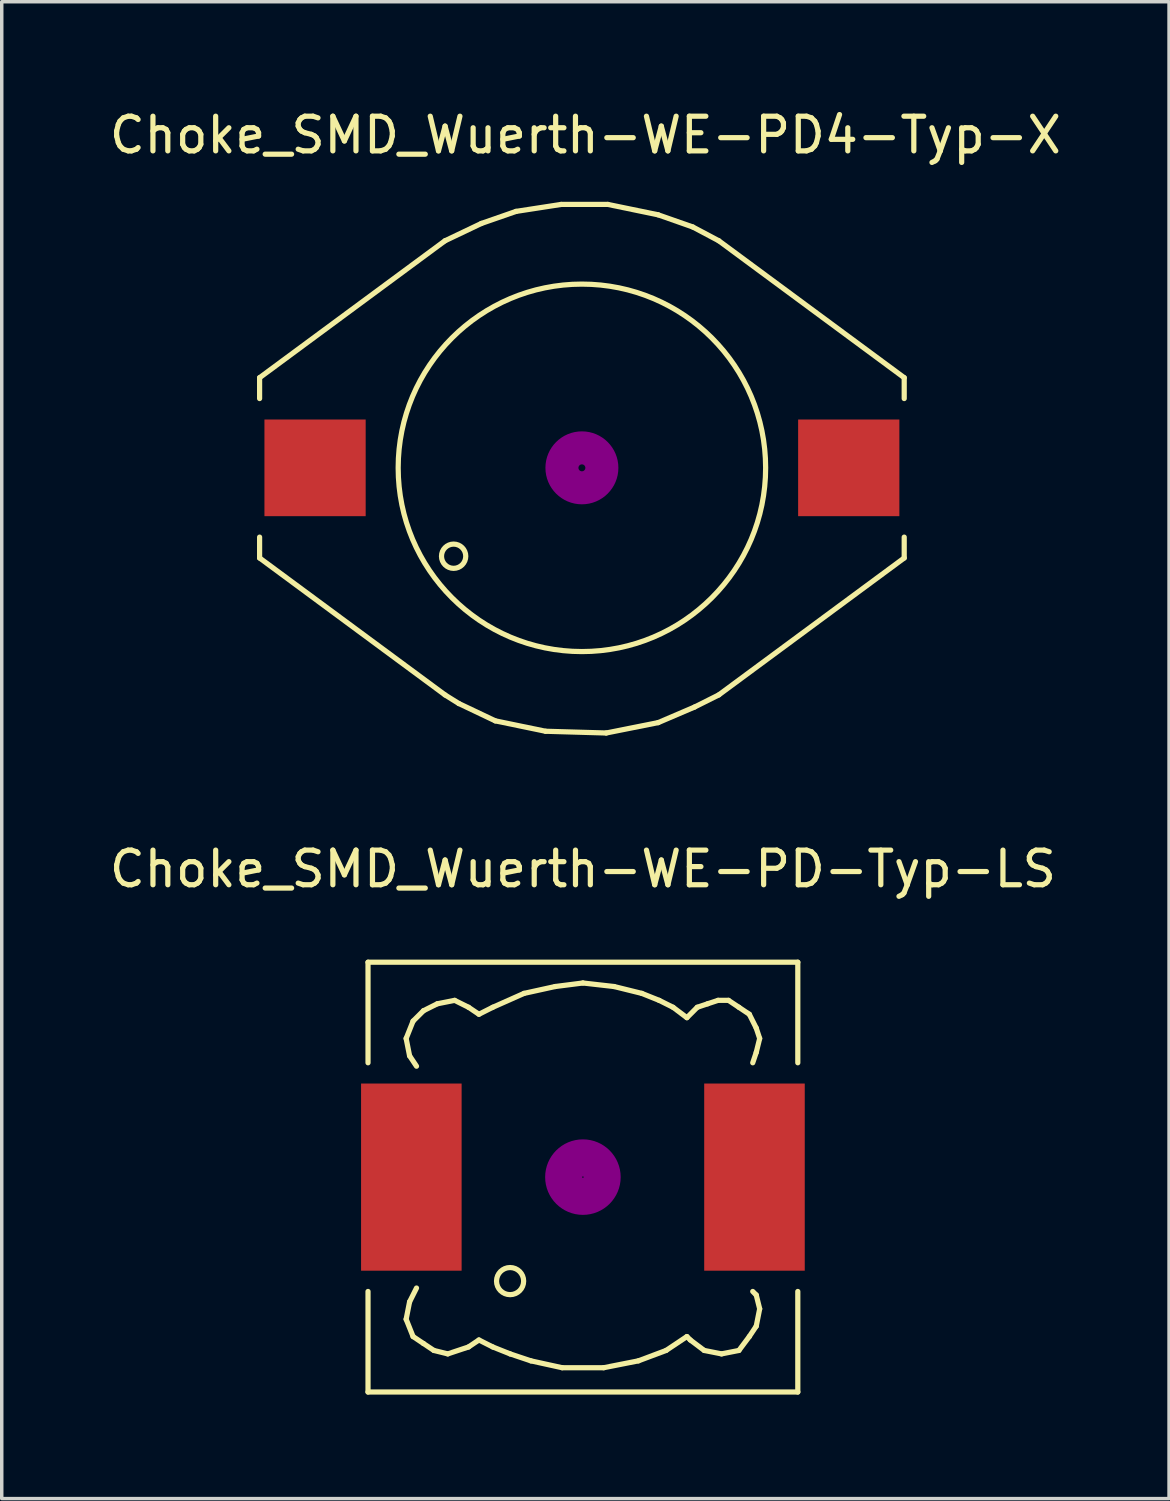
<source format=kicad_pcb>
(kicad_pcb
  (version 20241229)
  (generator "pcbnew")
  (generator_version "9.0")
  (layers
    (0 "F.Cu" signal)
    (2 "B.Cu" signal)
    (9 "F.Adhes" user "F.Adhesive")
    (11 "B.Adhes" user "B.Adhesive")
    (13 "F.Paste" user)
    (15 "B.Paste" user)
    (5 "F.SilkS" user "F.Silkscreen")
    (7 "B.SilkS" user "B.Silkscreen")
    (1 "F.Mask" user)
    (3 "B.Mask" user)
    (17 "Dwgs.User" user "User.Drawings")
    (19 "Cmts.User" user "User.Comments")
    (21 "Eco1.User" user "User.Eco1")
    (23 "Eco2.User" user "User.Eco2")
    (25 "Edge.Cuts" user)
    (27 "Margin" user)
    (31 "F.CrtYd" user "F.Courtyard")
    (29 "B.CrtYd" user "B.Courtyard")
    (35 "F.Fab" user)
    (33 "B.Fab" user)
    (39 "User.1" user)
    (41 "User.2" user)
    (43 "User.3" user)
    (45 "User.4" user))
  (footprint "Choke_SMD_Wuerth-WE-PD-Typ-LS"
    (layer "F.Cu")
    (at 13.768 30.912)
    (property "Reference" "Choke_SMD_Wuerth-WE-PD-Typ-LS" (at 0 -8.89 0) (layer "F.SilkS") (effects (font (size 1 1) (thickness 0.15))))
    (attr smd)
    (fp_line (start -6.2 -6.2) (end -6.2 -3.299) (stroke (width 0.15) (type solid)) (layer "F.SilkS"))
    (fp_line (start -6.2 3.299) (end -6.2 6.2) (stroke (width 0.15) (type solid)) (layer "F.SilkS"))
    (fp_line (start -6.2 6.2) (end 6.2 6.2) (stroke (width 0.15) (type solid)) (layer "F.SilkS"))
    (fp_line (start -5.1 -4) (end -5.001 -3.5) (stroke (width 0.15) (type solid)) (layer "F.SilkS"))
    (fp_line (start -5.1 4.1) (end -5.001 3.599) (stroke (width 0.15) (type solid)) (layer "F.SilkS"))
    (fp_line (start -5.001 -3.5) (end -4.801 -3.2) (stroke (width 0.15) (type solid)) (layer "F.SilkS"))
    (fp_line (start -5.001 3.599) (end -4.801 3.2) (stroke (width 0.15) (type solid)) (layer "F.SilkS"))
    (fp_line (start -4.9 -4.501) (end -5.1 -4) (stroke (width 0.15) (type solid)) (layer "F.SilkS"))
    (fp_line (start -4.9 4.6) (end -5.1 4.1) (stroke (width 0.15) (type solid)) (layer "F.SilkS"))
    (fp_line (start -4.6 -4.801) (end -4.9 -4.501) (stroke (width 0.15) (type solid)) (layer "F.SilkS"))
    (fp_line (start -4.6 4.801) (end -4.9 4.6) (stroke (width 0.15) (type solid)) (layer "F.SilkS"))
    (fp_line (start -4.3 5.001) (end -4.6 4.801) (stroke (width 0.15) (type solid)) (layer "F.SilkS"))
    (fp_line (start -4.201 -5.001) (end -4.6 -4.801) (stroke (width 0.15) (type solid)) (layer "F.SilkS"))
    (fp_line (start -3.899 5.1) (end -4.3 5.001) (stroke (width 0.15) (type solid)) (layer "F.SilkS"))
    (fp_line (start -3.701 -5.1) (end -4.201 -5.001) (stroke (width 0.15) (type solid)) (layer "F.SilkS"))
    (fp_line (start -3.299 -4.9) (end -3.701 -5.1) (stroke (width 0.15) (type solid)) (layer "F.SilkS"))
    (fp_line (start -3.299 4.9) (end -3.899 5.1) (stroke (width 0.15) (type solid)) (layer "F.SilkS"))
    (fp_line (start -3 -4.699) (end -3.299 -4.9) (stroke (width 0.15) (type solid)) (layer "F.SilkS"))
    (fp_line (start -3 4.699) (end -3.299 4.9) (stroke (width 0.15) (type solid)) (layer "F.SilkS"))
    (fp_line (start -2.601 -4.9) (end -3 -4.699) (stroke (width 0.15) (type solid)) (layer "F.SilkS"))
    (fp_line (start -2.601 4.9) (end -3 4.699) (stroke (width 0.15) (type solid)) (layer "F.SilkS"))
    (fp_line (start -2.101 5.1) (end -2.601 4.9) (stroke (width 0.15) (type solid)) (layer "F.SilkS"))
    (fp_line (start -1.699 -5.301) (end -2.601 -4.9) (stroke (width 0.15) (type solid)) (layer "F.SilkS"))
    (fp_line (start -1.501 5.301) (end -2.101 5.1) (stroke (width 0.15) (type solid)) (layer "F.SilkS"))
    (fp_line (start -0.8 -5.499) (end -1.699 -5.301) (stroke (width 0.15) (type solid)) (layer "F.SilkS"))
    (fp_line (start -0.599 5.499) (end -1.501 5.301) (stroke (width 0.15) (type solid)) (layer "F.SilkS"))
    (fp_line (start 0 -5.601) (end -0.8 -5.499) (stroke (width 0.15) (type solid)) (layer "F.SilkS"))
    (fp_line (start 0.599 5.499) (end -0.599 5.499) (stroke (width 0.15) (type solid)) (layer "F.SilkS"))
    (fp_line (start 0.899 -5.499) (end 0 -5.601) (stroke (width 0.15) (type solid)) (layer "F.SilkS"))
    (fp_line (start 1.6 5.301) (end 0.599 5.499) (stroke (width 0.15) (type solid)) (layer "F.SilkS"))
    (fp_line (start 1.699 -5.301) (end 0.899 -5.499) (stroke (width 0.15) (type solid)) (layer "F.SilkS"))
    (fp_line (start 2.2 -5.1) (end 1.699 -5.301) (stroke (width 0.15) (type solid)) (layer "F.SilkS"))
    (fp_line (start 2.4 5.001) (end 1.6 5.301) (stroke (width 0.15) (type solid)) (layer "F.SilkS"))
    (fp_line (start 2.601 -4.9) (end 2.2 -5.1) (stroke (width 0.15) (type solid)) (layer "F.SilkS"))
    (fp_line (start 3 -4.6) (end 2.601 -4.9) (stroke (width 0.15) (type solid)) (layer "F.SilkS"))
    (fp_line (start 3 4.6) (end 2.4 5.001) (stroke (width 0.15) (type solid)) (layer "F.SilkS"))
    (fp_line (start 3.099 4.699) (end 3 4.6) (stroke (width 0.15) (type solid)) (layer "F.SilkS"))
    (fp_line (start 3.299 -4.9) (end 3 -4.6) (stroke (width 0.15) (type solid)) (layer "F.SilkS"))
    (fp_line (start 3.5 5.001) (end 3.099 4.699) (stroke (width 0.15) (type solid)) (layer "F.SilkS"))
    (fp_line (start 3.599 -5.001) (end 3.299 -4.9) (stroke (width 0.15) (type solid)) (layer "F.SilkS"))
    (fp_line (start 3.899 -5.1) (end 3.599 -5.001) (stroke (width 0.15) (type solid)) (layer "F.SilkS"))
    (fp_line (start 4 5.1) (end 3.5 5.001) (stroke (width 0.15) (type solid)) (layer "F.SilkS"))
    (fp_line (start 4.201 -5.1) (end 3.899 -5.1) (stroke (width 0.15) (type solid)) (layer "F.SilkS"))
    (fp_line (start 4.501 -4.9) (end 4.201 -5.1) (stroke (width 0.15) (type solid)) (layer "F.SilkS"))
    (fp_line (start 4.501 5.001) (end 4 5.1) (stroke (width 0.15) (type solid)) (layer "F.SilkS"))
    (fp_line (start 4.801 -4.699) (end 4.501 -4.9) (stroke (width 0.15) (type solid)) (layer "F.SilkS"))
    (fp_line (start 4.801 4.6) (end 4.501 5.001) (stroke (width 0.15) (type solid)) (layer "F.SilkS"))
    (fp_line (start 4.9 -3.299) (end 5.001 -3.599) (stroke (width 0.15) (type solid)) (layer "F.SilkS"))
    (fp_line (start 4.9 3.299) (end 5.001 3.401) (stroke (width 0.15) (type solid)) (layer "F.SilkS"))
    (fp_line (start 5.001 -4.3) (end 4.801 -4.699) (stroke (width 0.15) (type solid)) (layer "F.SilkS"))
    (fp_line (start 5.001 -3.599) (end 5.1 -4) (stroke (width 0.15) (type solid)) (layer "F.SilkS"))
    (fp_line (start 5.001 3.401) (end 5.1 3.8) (stroke (width 0.15) (type solid)) (layer "F.SilkS"))
    (fp_line (start 5.001 4.3) (end 4.801 4.6) (stroke (width 0.15) (type solid)) (layer "F.SilkS"))
    (fp_line (start 5.1 -4) (end 5.001 -4.3) (stroke (width 0.15) (type solid)) (layer "F.SilkS"))
    (fp_line (start 5.1 3.8) (end 5.001 4.3) (stroke (width 0.15) (type solid)) (layer "F.SilkS"))
    (fp_line (start 6.2 -6.2) (end -6.2 -6.2) (stroke (width 0.15) (type solid)) (layer "F.SilkS"))
    (fp_line (start 6.2 -6.2) (end 6.2 -3.299) (stroke (width 0.15) (type solid)) (layer "F.SilkS"))
    (fp_line (start 6.2 6.2) (end 6.2 3.299) (stroke (width 0.15) (type solid)) (layer "F.SilkS"))
    (fp_circle (center -2.101 3) (end -1.801 3.251) (stroke (width 0.15) (type solid)) (fill no) (layer "F.SilkS"))
    (fp_circle (center 0 0) (end 0.15 0.15) (stroke (width 0.381) (type solid)) (fill no) (layer "F.Adhes"))
    (fp_circle (center 0 0) (end 0.551 0) (stroke (width 0.381) (type solid)) (fill no) (layer "F.Adhes"))
    (fp_circle (center 0 0) (end 0.899 0) (stroke (width 0.381) (type solid)) (fill no) (layer "F.Adhes"))
    (pad "1" smd rect (at -4.95 0) (size 2.901 5.4) (layers "F.Cu" "F.Mask" "F.Paste"))
    (pad "2" smd rect (at 4.95 0) (size 2.901 5.4) (layers "F.Cu" "F.Mask" "F.Paste")))
  (footprint "Choke_SMD_Wuerth-WE-PD4-Typ-X"
    (layer "F.Cu")
    (at 13.739 10.448)
    (property "Reference" "Choke_SMD_Wuerth-WE-PD4-Typ-X" (at 0.1 -9.6 0) (layer "F.SilkS") (effects (font (size 1 1) (thickness 0.15))))
    (attr through_hole)
    (fp_line (start -9.299 -2.601) (end -9.299 -1.999) (stroke (width 0.15) (type solid)) (layer "F.SilkS"))
    (fp_line (start -9.299 -2.601) (end -3.95 -6.551) (stroke (width 0.15) (type solid)) (layer "F.SilkS"))
    (fp_line (start -9.299 1.999) (end -9.299 2.601) (stroke (width 0.15) (type solid)) (layer "F.SilkS"))
    (fp_line (start -9.299 2.601) (end -3.95 6.551) (stroke (width 0.15) (type solid)) (layer "F.SilkS"))
    (fp_line (start -3.95 -6.551) (end -2.901 -7.051) (stroke (width 0.15) (type solid)) (layer "F.SilkS"))
    (fp_line (start -3.551 6.8) (end -3.95 6.551) (stroke (width 0.15) (type solid)) (layer "F.SilkS"))
    (fp_line (start -2.901 -7.051) (end -1.9 -7.399) (stroke (width 0.15) (type solid)) (layer "F.SilkS"))
    (fp_line (start -2.499 7.3) (end -3.551 6.8) (stroke (width 0.15) (type solid)) (layer "F.SilkS"))
    (fp_line (start -1.9 -7.399) (end -0.599 -7.6) (stroke (width 0.15) (type solid)) (layer "F.SilkS"))
    (fp_line (start -1.049 7.6) (end -2.499 7.3) (stroke (width 0.15) (type solid)) (layer "F.SilkS"))
    (fp_line (start -0.599 -7.6) (end 0.749 -7.6) (stroke (width 0.15) (type solid)) (layer "F.SilkS"))
    (fp_line (start 0.701 7.65) (end -1.049 7.6) (stroke (width 0.15) (type solid)) (layer "F.SilkS"))
    (fp_line (start 0.749 -7.6) (end 2.2 -7.3) (stroke (width 0.15) (type solid)) (layer "F.SilkS"))
    (fp_line (start 2.2 -7.3) (end 3.2 -6.949) (stroke (width 0.15) (type solid)) (layer "F.SilkS"))
    (fp_line (start 2.2 7.351) (end 0.701 7.65) (stroke (width 0.15) (type solid)) (layer "F.SilkS"))
    (fp_line (start 3.2 -6.949) (end 3.95 -6.551) (stroke (width 0.15) (type solid)) (layer "F.SilkS"))
    (fp_line (start 3.251 6.901) (end 2.2 7.351) (stroke (width 0.15) (type solid)) (layer "F.SilkS"))
    (fp_line (start 3.95 -6.551) (end 9.299 -2.601) (stroke (width 0.15) (type solid)) (layer "F.SilkS"))
    (fp_line (start 3.95 6.551) (end 3.251 6.901) (stroke (width 0.15) (type solid)) (layer "F.SilkS"))
    (fp_line (start 9.299 -1.999) (end 9.299 -2.601) (stroke (width 0.15) (type solid)) (layer "F.SilkS"))
    (fp_line (start 9.299 1.999) (end 9.299 2.601) (stroke (width 0.15) (type solid)) (layer "F.SilkS"))
    (fp_line (start 9.299 2.601) (end 3.95 6.551) (stroke (width 0.15) (type solid)) (layer "F.SilkS"))
    (fp_circle (center -3.701 2.55) (end -3.701 2.2) (stroke (width 0.15) (type solid)) (fill no) (layer "F.SilkS"))
    (fp_circle (center 0 0) (end 0 -5.301) (stroke (width 0.15) (type solid)) (fill no) (layer "F.SilkS"))
    (fp_circle (center 0 0) (end 0.1 0) (stroke (width 0.305) (type solid)) (fill no) (layer "F.Adhes"))
    (fp_circle (center 0 0) (end 0.3 0) (stroke (width 0.305) (type solid)) (fill no) (layer "F.Adhes"))
    (fp_circle (center 0 0) (end 0.5 0) (stroke (width 0.305) (type solid)) (fill no) (layer "F.Adhes"))
    (fp_circle (center 0 0) (end 0.7 0) (stroke (width 0.305) (type solid)) (fill no) (layer "F.Adhes"))
    (fp_circle (center 0 0) (end 0.9 0) (stroke (width 0.305) (type solid)) (fill no) (layer "F.Adhes"))
    (pad "1" smd rect (at -7.699 0 90) (size 2.789 2.921) (layers "F.Cu" "F.Mask" "F.Paste"))
    (pad "2" smd rect (at 7.699 0 90) (size 2.789 2.921) (layers "F.Cu" "F.Mask" "F.Paste")))
  (gr_rect
    (start -3 -3)
    (end 30.679 40.187)
    (stroke (width 0.1) (type default))
    (fill no)
    (layer "Edge.Cuts")))
</source>
